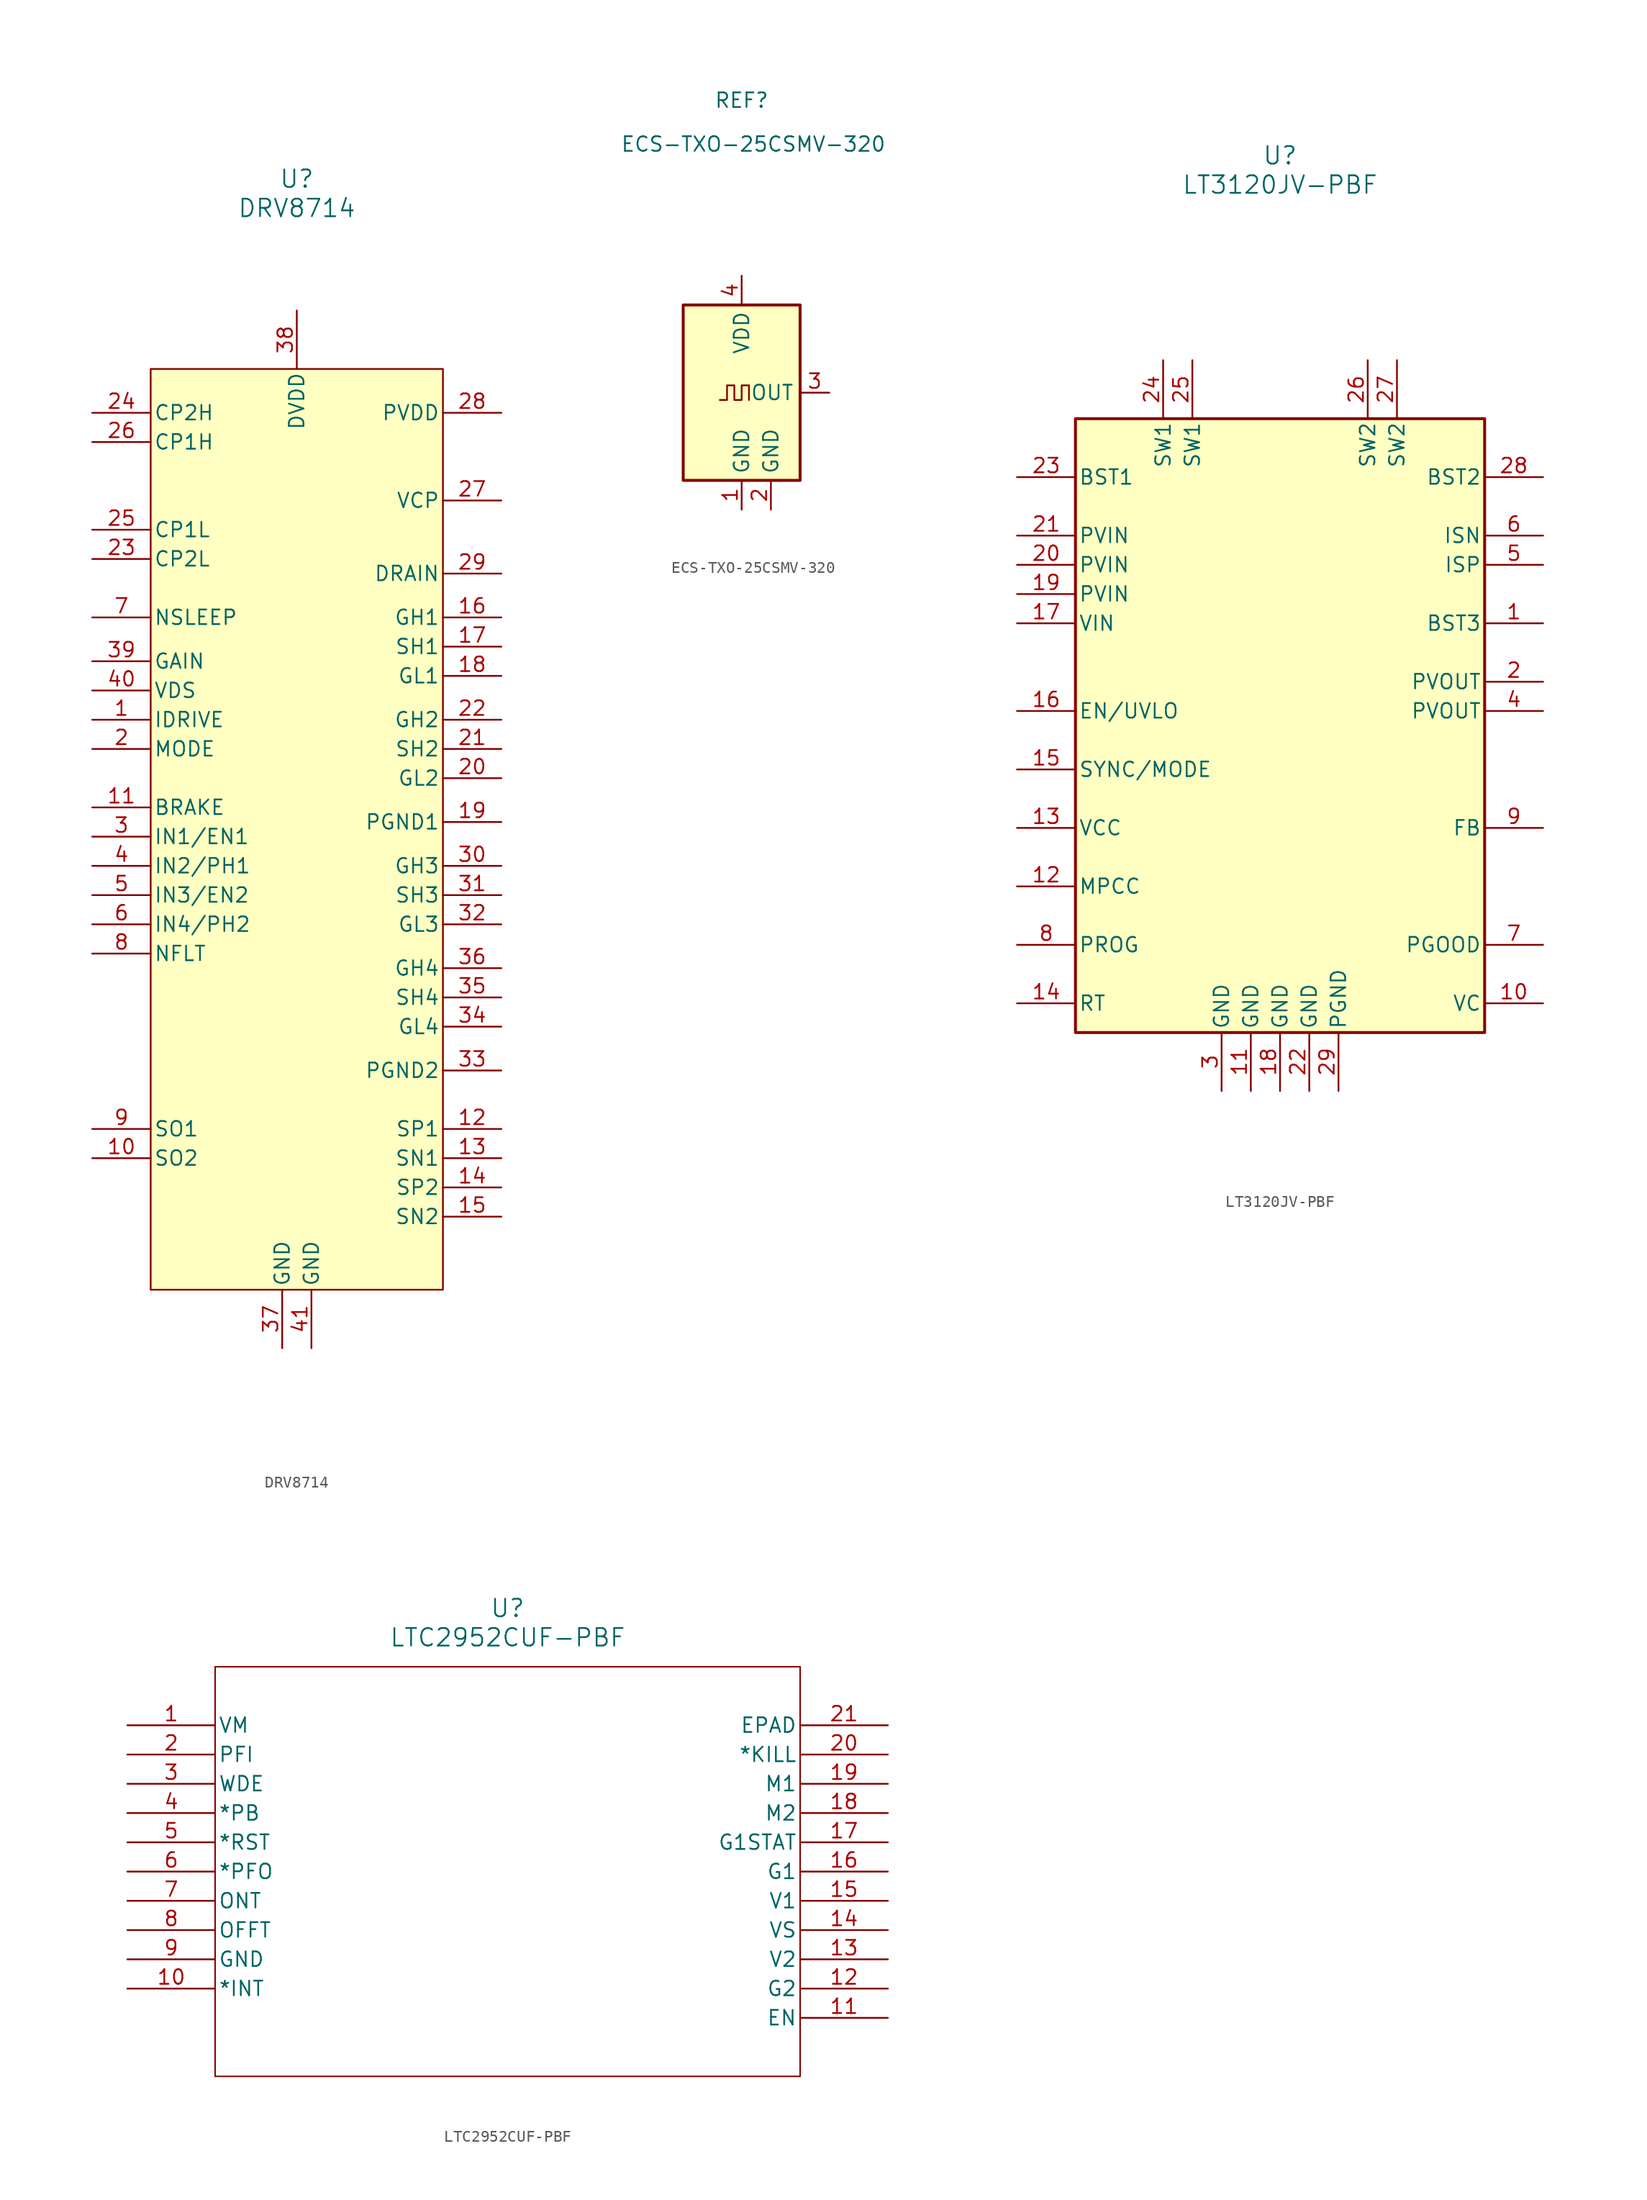
<source format=kicad_sym>
(kicad_symbol_lib
  (version 20231120)
  (generator "kicad_symbol_editor")
  (generator_version "8.0")
  (symbol "DRV8714"
    (pin_names
      (offset 0.254))
    (property "Reference" "U"
      (at 0 16.51 0)
      (effects (font (size 1.524 1.524))))
    (property "Value" "DRV8714"
      (at 0 13.97 0)
      (effects (font (size 1.524 1.524))))
    (property "ki_locked" ""
      (at 0 0 0)
      (effects (font (size 1.27 1.27))))
    (symbol "DRV8714_0_1"
      (pin input line (at -17.78 -30.48 0) (length 5.08) (name "IDRIVE" (effects (font (size 1.27 1.27)))) (number "1" (effects (font (size 1.27 1.27)))))
      (pin output line (at -17.78 -68.58 0) (length 5.08) (name "SO2" (effects (font (size 1.27 1.27)))) (number "10" (effects (font (size 1.27 1.27)))))
      (pin input line (at -17.78 -38.1 0) (length 5.08) (name "BRAKE" (effects (font (size 1.27 1.27)))) (number "11" (effects (font (size 1.27 1.27)))))
      (pin input line (at 17.78 -66.04 180) (length 5.08) (name "SP1" (effects (font (size 1.27 1.27)))) (number "12" (effects (font (size 1.27 1.27)))))
      (pin input line (at 17.78 -68.58 180) (length 5.08) (name "SN1" (effects (font (size 1.27 1.27)))) (number "13" (effects (font (size 1.27 1.27)))))
      (pin input line (at 17.78 -71.12 180) (length 5.08) (name "SP2" (effects (font (size 1.27 1.27)))) (number "14" (effects (font (size 1.27 1.27)))))
      (pin input line (at 17.78 -73.66 180) (length 5.08) (name "SN2" (effects (font (size 1.27 1.27)))) (number "15" (effects (font (size 1.27 1.27)))))
      (pin output line (at 17.78 -21.59 180) (length 5.08) (name "GH1" (effects (font (size 1.27 1.27)))) (number "16" (effects (font (size 1.27 1.27)))))
      (pin input line (at 17.78 -24.13 180) (length 5.08) (name "SH1" (effects (font (size 1.27 1.27)))) (number "17" (effects (font (size 1.27 1.27)))))
      (pin output line (at 17.78 -26.67 180) (length 5.08) (name "GL1" (effects (font (size 1.27 1.27)))) (number "18" (effects (font (size 1.27 1.27)))))
      (pin input line (at -17.78 -33.02 0) (length 5.08) (name "MODE" (effects (font (size 1.27 1.27)))) (number "2" (effects (font (size 1.27 1.27)))))
      (pin output line (at 17.78 -35.56 180) (length 5.08) (name "GL2" (effects (font (size 1.27 1.27)))) (number "20" (effects (font (size 1.27 1.27)))))
      (pin input line (at 17.78 -33.02 180) (length 5.08) (name "SH2" (effects (font (size 1.27 1.27)))) (number "21" (effects (font (size 1.27 1.27)))))
      (pin output line (at 17.78 -30.48 180) (length 5.08) (name "GH2" (effects (font (size 1.27 1.27)))) (number "22" (effects (font (size 1.27 1.27)))))
      (pin bidirectional line (at -17.78 -16.51 0) (length 5.08) (name "CP2L" (effects (font (size 1.27 1.27)))) (number "23" (effects (font (size 1.27 1.27)))))
      (pin bidirectional line (at -17.78 -3.81 0) (length 5.08) (name "CP2H" (effects (font (size 1.27 1.27)))) (number "24" (effects (font (size 1.27 1.27)))))
      (pin bidirectional line (at -17.78 -13.97 0) (length 5.08) (name "CP1L" (effects (font (size 1.27 1.27)))) (number "25" (effects (font (size 1.27 1.27)))))
      (pin bidirectional line (at -17.78 -6.35 0) (length 5.08) (name "CP1H" (effects (font (size 1.27 1.27)))) (number "26" (effects (font (size 1.27 1.27)))))
      (pin bidirectional line (at 17.78 -11.43 180) (length 5.08) (name "VCP" (effects (font (size 1.27 1.27)))) (number "27" (effects (font (size 1.27 1.27)))))
      (pin input line (at 17.78 -3.81 180) (length 5.08) (name "PVDD" (effects (font (size 1.27 1.27)))) (number "28" (effects (font (size 1.27 1.27)))))
      (pin input line (at 17.78 -17.78 180) (length 5.08) (name "DRAIN" (effects (font (size 1.27 1.27)))) (number "29" (effects (font (size 1.27 1.27)))))
      (pin input line (at -17.78 -40.64 0) (length 5.08) (name "IN1/EN1" (effects (font (size 1.27 1.27)))) (number "3" (effects (font (size 1.27 1.27)))))
      (pin output line (at 17.78 -43.18 180) (length 5.08) (name "GH3" (effects (font (size 1.27 1.27)))) (number "30" (effects (font (size 1.27 1.27)))))
      (pin input line (at 17.78 -45.72 180) (length 5.08) (name "SH3" (effects (font (size 1.27 1.27)))) (number "31" (effects (font (size 1.27 1.27)))))
      (pin output line (at 17.78 -48.26 180) (length 5.08) (name "GL3" (effects (font (size 1.27 1.27)))) (number "32" (effects (font (size 1.27 1.27)))))
      (pin input line (at 17.78 -60.96 180) (length 5.08) (name "PGND2" (effects (font (size 1.27 1.27)))) (number "33" (effects (font (size 1.27 1.27)))))
      (pin output line (at 17.78 -57.15 180) (length 5.08) (name "GL4" (effects (font (size 1.27 1.27)))) (number "34" (effects (font (size 1.27 1.27)))))
      (pin input line (at 17.78 -54.61 180) (length 5.08) (name "SH4" (effects (font (size 1.27 1.27)))) (number "35" (effects (font (size 1.27 1.27)))))
      (pin output line (at 17.78 -52.07 180) (length 5.08) (name "GH4" (effects (font (size 1.27 1.27)))) (number "36" (effects (font (size 1.27 1.27)))))
      (pin power_out line (at -1.27 -85.09 90) (length 5.08) (name "GND" (effects (font (size 1.27 1.27)))) (number "37" (effects (font (size 1.27 1.27)))))
      (pin input line (at 0 5.08 270) (length 5.08) (name "DVDD" (effects (font (size 1.27 1.27)))) (number "38" (effects (font (size 1.27 1.27)))))
      (pin input line (at -17.78 -25.4 0) (length 5.08) (name "GAIN" (effects (font (size 1.27 1.27)))) (number "39" (effects (font (size 1.27 1.27)))))
      (pin input line (at -17.78 -43.18 0) (length 5.08) (name "IN2/PH1" (effects (font (size 1.27 1.27)))) (number "4" (effects (font (size 1.27 1.27)))))
      (pin input line (at -17.78 -27.94 0) (length 5.08) (name "VDS" (effects (font (size 1.27 1.27)))) (number "40" (effects (font (size 1.27 1.27)))))
      (pin power_out line (at 1.27 -85.09 90) (length 5.08) (name "GND" (effects (font (size 1.27 1.27)))) (number "41" (effects (font (size 1.27 1.27)))))
      (pin input line (at -17.78 -45.72 0) (length 5.08) (name "IN3/EN2" (effects (font (size 1.27 1.27)))) (number "5" (effects (font (size 1.27 1.27)))))
      (pin input line (at -17.78 -48.26 0) (length 5.08) (name "IN4/PH2" (effects (font (size 1.27 1.27)))) (number "6" (effects (font (size 1.27 1.27)))))
      (pin input line (at -17.78 -21.59 0) (length 5.08) (name "NSLEEP" (effects (font (size 1.27 1.27)))) (number "7" (effects (font (size 1.27 1.27)))))
      (pin output line (at -17.78 -50.8 0) (length 5.08) (name "NFLT" (effects (font (size 1.27 1.27)))) (number "8" (effects (font (size 1.27 1.27)))))
      (pin output line (at -17.78 -66.04 0) (length 5.08) (name "SO1" (effects (font (size 1.27 1.27)))) (number "9" (effects (font (size 1.27 1.27))))))
    (symbol "DRV8714_1_1"
      (rectangle (start -12.7 0) (end 12.7 -80.01) (stroke (width 0) (type default)) (fill (type background)))
      (pin input line (at 17.78 -39.37 180) (length 5.08) (name "PGND1" (effects (font (size 1.27 1.27)))) (number "19" (effects (font (size 1.27 1.27)))))))
  (symbol "ECS-TXO-25CSMV-320"
    (property "Reference" "REF"
      (at 0 25.4 0)
      (effects (font (size 1.27 1.27))))
    (property "Value" "ECS-TXO-25CSMV-320"
      (at 1.016 21.59 0)
      (effects (font (size 1.27 1.27))))
    (symbol "ECS-TXO-25CSMV-320_0_1"
      (rectangle (start -5.08 7.62) (end 5.08 -7.62) (stroke (width 0.254) (type default)) (fill (type background)))
      (polyline (pts (xy -1.905 -0.635) (xy -1.27 -0.635) (xy -1.27 0.635) (xy -0.635 0.635) (xy -0.635 -0.635) (xy 0 -0.635) (xy 0 0.635) (xy 0.635 0.635) (xy 0.635 -0.635)) (stroke (width 0) (type default)) (fill (type none))))
    (symbol "ECS-TXO-25CSMV-320_1_1"
      (pin unspecified line (at 0 -10.16 90) (length 2.54) (name "GND" (effects (font (size 1.27 1.27)))) (number "1" (effects (font (size 1.27 1.27)))))
      (pin unspecified line (at 2.54 -10.16 90) (length 2.54) (name "GND" (effects (font (size 1.27 1.27)))) (number "2" (effects (font (size 1.27 1.27)))))
      (pin output line (at 7.62 0 180) (length 2.54) (name "OUT" (effects (font (size 1.27 1.27)))) (number "3" (effects (font (size 1.27 1.27)))))
      (pin power_in line (at 0 10.16 270) (length 2.54) (name "VDD" (effects (font (size 1.27 1.27)))) (number "4" (effects (font (size 1.27 1.27)))))))
  (symbol "LT3120JV-PBF"
    (pin_names
      (offset 0.254))
    (property "Reference" "U"
      (at 0 50.8 0)
      (effects (font (size 1.524 1.524))))
    (property "Value" "LT3120JV-PBF"
      (at 0 48.26 0)
      (effects (font (size 1.524 1.524))))
    (symbol "LT3120JV-PBF_1_1"
      (rectangle (start -17.78 27.94) (end 17.78 -25.4) (stroke (width 0.254) (type default)) (fill (type background)))
      (pin unspecified line (at 22.86 10.16 180) (length 5.08) (name "BST3" (effects (font (size 1.27 1.27)))) (number "1" (effects (font (size 1.27 1.27)))))
      (pin unspecified line (at 22.86 -22.86 180) (length 5.08) (name "VC" (effects (font (size 1.27 1.27)))) (number "10" (effects (font (size 1.27 1.27)))))
      (pin unspecified line (at -2.54 -30.48 90) (length 5.08) (name "GND" (effects (font (size 1.27 1.27)))) (number "11" (effects (font (size 1.27 1.27)))))
      (pin unspecified line (at -22.86 -12.7 0) (length 5.08) (name "MPCC" (effects (font (size 1.27 1.27)))) (number "12" (effects (font (size 1.27 1.27)))))
      (pin unspecified line (at -22.86 -7.62 0) (length 5.08) (name "VCC" (effects (font (size 1.27 1.27)))) (number "13" (effects (font (size 1.27 1.27)))))
      (pin unspecified line (at -22.86 -22.86 0) (length 5.08) (name "RT" (effects (font (size 1.27 1.27)))) (number "14" (effects (font (size 1.27 1.27)))))
      (pin unspecified line (at -22.86 -2.54 0) (length 5.08) (name "SYNC/MODE" (effects (font (size 1.27 1.27)))) (number "15" (effects (font (size 1.27 1.27)))))
      (pin unspecified line (at -22.86 2.54 0) (length 5.08) (name "EN/UVLO" (effects (font (size 1.27 1.27)))) (number "16" (effects (font (size 1.27 1.27)))))
      (pin unspecified line (at -22.86 10.16 0) (length 5.08) (name "VIN" (effects (font (size 1.27 1.27)))) (number "17" (effects (font (size 1.27 1.27)))))
      (pin unspecified line (at 0 -30.48 90) (length 5.08) (name "GND" (effects (font (size 1.27 1.27)))) (number "18" (effects (font (size 1.27 1.27)))))
      (pin unspecified line (at -22.86 12.7 0) (length 5.08) (name "PVIN" (effects (font (size 1.27 1.27)))) (number "19" (effects (font (size 1.27 1.27)))))
      (pin unspecified line (at 22.86 5.08 180) (length 5.08) (name "PVOUT" (effects (font (size 1.27 1.27)))) (number "2" (effects (font (size 1.27 1.27)))))
      (pin unspecified line (at -22.86 15.24 0) (length 5.08) (name "PVIN" (effects (font (size 1.27 1.27)))) (number "20" (effects (font (size 1.27 1.27)))))
      (pin unspecified line (at -22.86 17.78 0) (length 5.08) (name "PVIN" (effects (font (size 1.27 1.27)))) (number "21" (effects (font (size 1.27 1.27)))))
      (pin unspecified line (at 2.54 -30.48 90) (length 5.08) (name "GND" (effects (font (size 1.27 1.27)))) (number "22" (effects (font (size 1.27 1.27)))))
      (pin unspecified line (at -22.86 22.86 0) (length 5.08) (name "BST1" (effects (font (size 1.27 1.27)))) (number "23" (effects (font (size 1.27 1.27)))))
      (pin unspecified line (at -10.16 33.02 270) (length 5.08) (name "SW1" (effects (font (size 1.27 1.27)))) (number "24" (effects (font (size 1.27 1.27)))))
      (pin unspecified line (at -7.62 33.02 270) (length 5.08) (name "SW1" (effects (font (size 1.27 1.27)))) (number "25" (effects (font (size 1.27 1.27)))))
      (pin unspecified line (at 7.62 33.02 270) (length 5.08) (name "SW2" (effects (font (size 1.27 1.27)))) (number "26" (effects (font (size 1.27 1.27)))))
      (pin unspecified line (at 10.16 33.02 270) (length 5.08) (name "SW2" (effects (font (size 1.27 1.27)))) (number "27" (effects (font (size 1.27 1.27)))))
      (pin unspecified line (at 22.86 22.86 180) (length 5.08) (name "BST2" (effects (font (size 1.27 1.27)))) (number "28" (effects (font (size 1.27 1.27)))))
      (pin unspecified line (at 5.08 -30.48 90) (length 5.08) (name "PGND" (effects (font (size 1.27 1.27)))) (number "29" (effects (font (size 1.27 1.27)))))
      (pin unspecified line (at -5.08 -30.48 90) (length 5.08) (name "GND" (effects (font (size 1.27 1.27)))) (number "3" (effects (font (size 1.27 1.27)))))
      (pin unspecified line (at 22.86 2.54 180) (length 5.08) (name "PVOUT" (effects (font (size 1.27 1.27)))) (number "4" (effects (font (size 1.27 1.27)))))
      (pin unspecified line (at 22.86 15.24 180) (length 5.08) (name "ISP" (effects (font (size 1.27 1.27)))) (number "5" (effects (font (size 1.27 1.27)))))
      (pin unspecified line (at 22.86 17.78 180) (length 5.08) (name "ISN" (effects (font (size 1.27 1.27)))) (number "6" (effects (font (size 1.27 1.27)))))
      (pin unspecified line (at 22.86 -17.78 180) (length 5.08) (name "PGOOD" (effects (font (size 1.27 1.27)))) (number "7" (effects (font (size 1.27 1.27)))))
      (pin unspecified line (at -22.86 -17.78 0) (length 5.08) (name "PROG" (effects (font (size 1.27 1.27)))) (number "8" (effects (font (size 1.27 1.27)))))
      (pin unspecified line (at 22.86 -7.62 180) (length 5.08) (name "FB" (effects (font (size 1.27 1.27)))) (number "9" (effects (font (size 1.27 1.27)))))))
  (symbol "LTC2952CUF-PBF"
    (pin_names
      (offset 0.254))
    (property "Reference" "U"
      (at 33.02 10.16 0)
      (effects (font (size 1.524 1.524))))
    (property "Value" "LTC2952CUF-PBF"
      (at 33.02 7.62 0)
      (effects (font (size 1.524 1.524))))
    (property "ki_locked" ""
      (at 0 0 0)
      (effects (font (size 1.27 1.27))))
    (symbol "LTC2952CUF-PBF_0_1"
      (polyline (pts (xy 7.62 -30.48) (xy 58.42 -30.48)) (stroke (width 0.127) (type default)) (fill (type none)))
      (polyline (pts (xy 7.62 5.08) (xy 7.62 -30.48)) (stroke (width 0.127) (type default)) (fill (type none)))
      (polyline (pts (xy 58.42 -30.48) (xy 58.42 5.08)) (stroke (width 0.127) (type default)) (fill (type none)))
      (polyline (pts (xy 58.42 5.08) (xy 7.62 5.08)) (stroke (width 0.127) (type default)) (fill (type none)))
      (pin input line (at 0 0 0) (length 7.62) (name "VM" (effects (font (size 1.27 1.27)))) (number "1" (effects (font (size 1.27 1.27)))))
      (pin output line (at 0 -22.86 0) (length 7.62) (name "*INT" (effects (font (size 1.27 1.27)))) (number "10" (effects (font (size 1.27 1.27)))))
      (pin output line (at 66.04 -25.4 180) (length 7.62) (name "EN" (effects (font (size 1.27 1.27)))) (number "11" (effects (font (size 1.27 1.27)))))
      (pin output line (at 66.04 -22.86 180) (length 7.62) (name "G2" (effects (font (size 1.27 1.27)))) (number "12" (effects (font (size 1.27 1.27)))))
      (pin input line (at 66.04 -20.32 180) (length 7.62) (name "V2" (effects (font (size 1.27 1.27)))) (number "13" (effects (font (size 1.27 1.27)))))
      (pin input line (at 66.04 -17.78 180) (length 7.62) (name "VS" (effects (font (size 1.27 1.27)))) (number "14" (effects (font (size 1.27 1.27)))))
      (pin input line (at 66.04 -15.24 180) (length 7.62) (name "V1" (effects (font (size 1.27 1.27)))) (number "15" (effects (font (size 1.27 1.27)))))
      (pin output line (at 66.04 -12.7 180) (length 7.62) (name "G1" (effects (font (size 1.27 1.27)))) (number "16" (effects (font (size 1.27 1.27)))))
      (pin output line (at 66.04 -10.16 180) (length 7.62) (name "G1STAT" (effects (font (size 1.27 1.27)))) (number "17" (effects (font (size 1.27 1.27)))))
      (pin input line (at 66.04 -7.62 180) (length 7.62) (name "M2" (effects (font (size 1.27 1.27)))) (number "18" (effects (font (size 1.27 1.27)))))
      (pin input line (at 66.04 -5.08 180) (length 7.62) (name "M1" (effects (font (size 1.27 1.27)))) (number "19" (effects (font (size 1.27 1.27)))))
      (pin input line (at 0 -2.54 0) (length 7.62) (name "PFI" (effects (font (size 1.27 1.27)))) (number "2" (effects (font (size 1.27 1.27)))))
      (pin input line (at 66.04 -2.54 180) (length 7.62) (name "*KILL" (effects (font (size 1.27 1.27)))) (number "20" (effects (font (size 1.27 1.27)))))
      (pin unspecified line (at 66.04 0 180) (length 7.62) (name "EPAD" (effects (font (size 1.27 1.27)))) (number "21" (effects (font (size 1.27 1.27)))))
      (pin input line (at 0 -5.08 0) (length 7.62) (name "WDE" (effects (font (size 1.27 1.27)))) (number "3" (effects (font (size 1.27 1.27)))))
      (pin input line (at 0 -7.62 0) (length 7.62) (name "*PB" (effects (font (size 1.27 1.27)))) (number "4" (effects (font (size 1.27 1.27)))))
      (pin output line (at 0 -10.16 0) (length 7.62) (name "*RST" (effects (font (size 1.27 1.27)))) (number "5" (effects (font (size 1.27 1.27)))))
      (pin output line (at 0 -12.7 0) (length 7.62) (name "*PFO" (effects (font (size 1.27 1.27)))) (number "6" (effects (font (size 1.27 1.27)))))
      (pin input line (at 0 -15.24 0) (length 7.62) (name "ONT" (effects (font (size 1.27 1.27)))) (number "7" (effects (font (size 1.27 1.27)))))
      (pin input line (at 0 -17.78 0) (length 7.62) (name "OFFT" (effects (font (size 1.27 1.27)))) (number "8" (effects (font (size 1.27 1.27)))))
      (pin power_in line (at 0 -20.32 0) (length 7.62) (name "GND" (effects (font (size 1.27 1.27)))) (number "9" (effects (font (size 1.27 1.27))))))))
</source>
